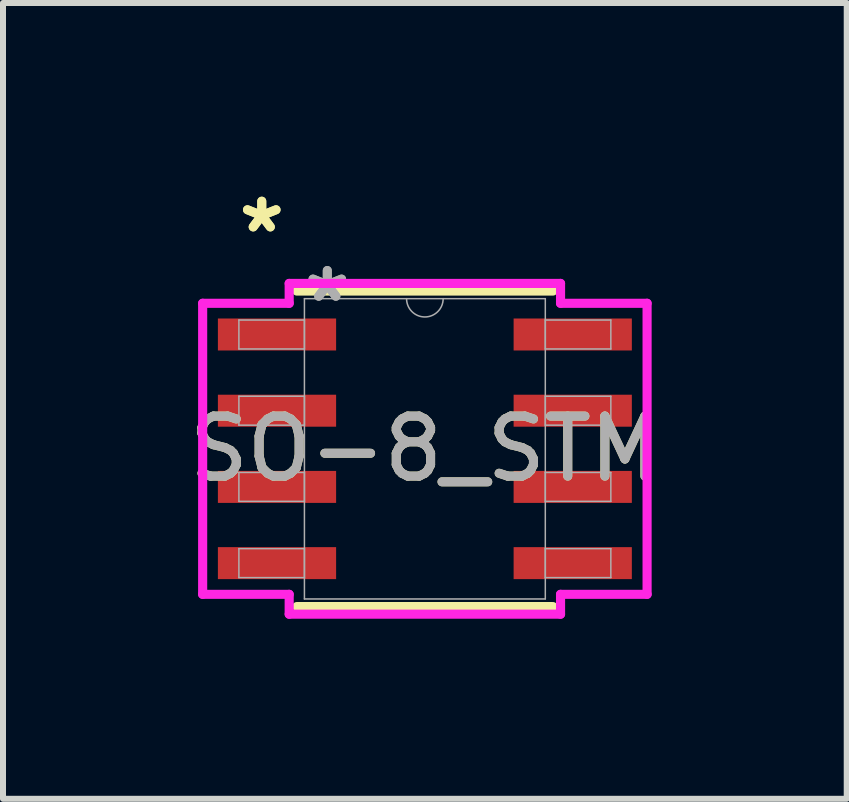
<source format=kicad_pcb>
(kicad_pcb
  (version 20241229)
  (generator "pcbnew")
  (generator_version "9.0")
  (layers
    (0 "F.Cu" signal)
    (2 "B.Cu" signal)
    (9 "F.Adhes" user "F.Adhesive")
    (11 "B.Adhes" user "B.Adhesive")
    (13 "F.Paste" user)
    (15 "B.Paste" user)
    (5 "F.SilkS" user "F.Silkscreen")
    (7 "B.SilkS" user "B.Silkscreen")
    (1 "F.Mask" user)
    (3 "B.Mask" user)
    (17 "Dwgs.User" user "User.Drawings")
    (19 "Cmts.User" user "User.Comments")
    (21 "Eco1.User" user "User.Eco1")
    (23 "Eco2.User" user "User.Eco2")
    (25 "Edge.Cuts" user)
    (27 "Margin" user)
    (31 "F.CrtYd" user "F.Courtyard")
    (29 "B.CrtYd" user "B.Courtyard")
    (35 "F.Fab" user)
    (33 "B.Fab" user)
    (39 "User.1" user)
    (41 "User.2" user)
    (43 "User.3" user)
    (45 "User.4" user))
  (footprint "SO-8_STM"
    (layer "F.Cu")
    (at 4.03 4.429)
    (property "Reference" "SO-8_STM" (at 0 0 0) (unlocked yes) (layer "F.SilkS") (effects (font (size 1 1) (thickness 0.15))))
    (attr smd)
    (fp_line (start -2.134 2.629) (end 2.134 2.629) (stroke (width 0.152) (type solid)) (layer "F.SilkS"))
    (fp_line (start 2.134 -2.629) (end -2.134 -2.629) (stroke (width 0.152) (type solid)) (layer "F.SilkS"))
    (fp_line (start -3.703 -2.425) (end -2.261 -2.425) (stroke (width 0.152) (type solid)) (layer "F.CrtYd"))
    (fp_line (start -3.703 2.425) (end -3.703 -2.425) (stroke (width 0.152) (type solid)) (layer "F.CrtYd"))
    (fp_line (start -3.703 2.425) (end -2.261 2.425) (stroke (width 0.152) (type solid)) (layer "F.CrtYd"))
    (fp_line (start -2.261 -2.756) (end 2.261 -2.756) (stroke (width 0.152) (type solid)) (layer "F.CrtYd"))
    (fp_line (start -2.261 -2.425) (end -2.261 -2.756) (stroke (width 0.152) (type solid)) (layer "F.CrtYd"))
    (fp_line (start -2.261 2.756) (end -2.261 2.425) (stroke (width 0.152) (type solid)) (layer "F.CrtYd"))
    (fp_line (start 2.261 -2.756) (end 2.261 -2.425) (stroke (width 0.152) (type solid)) (layer "F.CrtYd"))
    (fp_line (start 2.261 2.425) (end 2.261 2.756) (stroke (width 0.152) (type solid)) (layer "F.CrtYd"))
    (fp_line (start 2.261 2.756) (end -2.261 2.756) (stroke (width 0.152) (type solid)) (layer "F.CrtYd"))
    (fp_line (start 3.703 -2.425) (end 2.261 -2.425) (stroke (width 0.152) (type solid)) (layer "F.CrtYd"))
    (fp_line (start 3.703 -2.425) (end 3.703 2.425) (stroke (width 0.152) (type solid)) (layer "F.CrtYd"))
    (fp_line (start 3.703 2.425) (end 2.261 2.425) (stroke (width 0.152) (type solid)) (layer "F.CrtYd"))
    (fp_line (start -3.099 -2.146) (end -3.099 -1.664) (stroke (width 0.025) (type solid)) (layer "F.Fab"))
    (fp_line (start -3.099 -1.664) (end -2.007 -1.664) (stroke (width 0.025) (type solid)) (layer "F.Fab"))
    (fp_line (start -3.099 -0.876) (end -3.099 -0.394) (stroke (width 0.025) (type solid)) (layer "F.Fab"))
    (fp_line (start -3.099 -0.394) (end -2.007 -0.394) (stroke (width 0.025) (type solid)) (layer "F.Fab"))
    (fp_line (start -3.099 0.394) (end -3.099 0.876) (stroke (width 0.025) (type solid)) (layer "F.Fab"))
    (fp_line (start -3.099 0.876) (end -2.007 0.876) (stroke (width 0.025) (type solid)) (layer "F.Fab"))
    (fp_line (start -3.099 1.664) (end -3.099 2.146) (stroke (width 0.025) (type solid)) (layer "F.Fab"))
    (fp_line (start -3.099 2.146) (end -2.007 2.146) (stroke (width 0.025) (type solid)) (layer "F.Fab"))
    (fp_line (start -2.007 -2.502) (end -2.007 2.502) (stroke (width 0.025) (type solid)) (layer "F.Fab"))
    (fp_line (start -2.007 -2.146) (end -3.099 -2.146) (stroke (width 0.025) (type solid)) (layer "F.Fab"))
    (fp_line (start -2.007 -1.664) (end -2.007 -2.146) (stroke (width 0.025) (type solid)) (layer "F.Fab"))
    (fp_line (start -2.007 -0.876) (end -3.099 -0.876) (stroke (width 0.025) (type solid)) (layer "F.Fab"))
    (fp_line (start -2.007 -0.394) (end -2.007 -0.876) (stroke (width 0.025) (type solid)) (layer "F.Fab"))
    (fp_line (start -2.007 0.394) (end -3.099 0.394) (stroke (width 0.025) (type solid)) (layer "F.Fab"))
    (fp_line (start -2.007 0.876) (end -2.007 0.394) (stroke (width 0.025) (type solid)) (layer "F.Fab"))
    (fp_line (start -2.007 1.664) (end -3.099 1.664) (stroke (width 0.025) (type solid)) (layer "F.Fab"))
    (fp_line (start -2.007 2.146) (end -2.007 1.664) (stroke (width 0.025) (type solid)) (layer "F.Fab"))
    (fp_line (start -2.007 2.502) (end 2.007 2.502) (stroke (width 0.025) (type solid)) (layer "F.Fab"))
    (fp_line (start 2.007 -2.502) (end -2.007 -2.502) (stroke (width 0.025) (type solid)) (layer "F.Fab"))
    (fp_line (start 2.007 -2.146) (end 2.007 -1.664) (stroke (width 0.025) (type solid)) (layer "F.Fab"))
    (fp_line (start 2.007 -1.664) (end 3.099 -1.664) (stroke (width 0.025) (type solid)) (layer "F.Fab"))
    (fp_line (start 2.007 -0.876) (end 2.007 -0.394) (stroke (width 0.025) (type solid)) (layer "F.Fab"))
    (fp_line (start 2.007 -0.394) (end 3.099 -0.394) (stroke (width 0.025) (type solid)) (layer "F.Fab"))
    (fp_line (start 2.007 0.394) (end 2.007 0.876) (stroke (width 0.025) (type solid)) (layer "F.Fab"))
    (fp_line (start 2.007 0.876) (end 3.099 0.876) (stroke (width 0.025) (type solid)) (layer "F.Fab"))
    (fp_line (start 2.007 1.664) (end 2.007 2.146) (stroke (width 0.025) (type solid)) (layer "F.Fab"))
    (fp_line (start 2.007 2.146) (end 3.099 2.146) (stroke (width 0.025) (type solid)) (layer "F.Fab"))
    (fp_line (start 2.007 2.502) (end 2.007 -2.502) (stroke (width 0.025) (type solid)) (layer "F.Fab"))
    (fp_line (start 3.099 -2.146) (end 2.007 -2.146) (stroke (width 0.025) (type solid)) (layer "F.Fab"))
    (fp_line (start 3.099 -1.664) (end 3.099 -2.146) (stroke (width 0.025) (type solid)) (layer "F.Fab"))
    (fp_line (start 3.099 -0.876) (end 2.007 -0.876) (stroke (width 0.025) (type solid)) (layer "F.Fab"))
    (fp_line (start 3.099 -0.394) (end 3.099 -0.876) (stroke (width 0.025) (type solid)) (layer "F.Fab"))
    (fp_line (start 3.099 0.394) (end 2.007 0.394) (stroke (width 0.025) (type solid)) (layer "F.Fab"))
    (fp_line (start 3.099 0.876) (end 3.099 0.394) (stroke (width 0.025) (type solid)) (layer "F.Fab"))
    (fp_line (start 3.099 1.664) (end 2.007 1.664) (stroke (width 0.025) (type solid)) (layer "F.Fab"))
    (fp_line (start 3.099 2.146) (end 3.099 1.664) (stroke (width 0.025) (type solid)) (layer "F.Fab"))
    (fp_arc (start 0.3048 -2.5019) (mid 0 -2.1971) (end -0.3048 -2.5019) (stroke (width 0.0254) (type solid)) (layer "F.Fab"))
    (fp_text user "*" (at -2.718 -3.581 0) (layer "F.SilkS") (effects (font (size 1 1) (thickness 0.15))))
    (fp_text user "*" (at -2.718 -3.581 0) (unlocked yes) (layer "F.SilkS") (effects (font (size 1 1) (thickness 0.15))))
    (fp_text user "*" (at -1.626 -2.426 0) (unlocked yes) (layer "F.Fab") (effects (font (size 1 1) (thickness 0.15))))
    (fp_text user "${REFERENCE}" (at 0 0 0) (unlocked yes) (layer "F.Fab") (effects (font (size 1 1) (thickness 0.15))))
    (fp_text user "*" (at -1.626 -2.426 0) (layer "F.Fab") (effects (font (size 1 1) (thickness 0.15))))
    (pad "1" smd rect (at -2.464 -1.905) (size 1.97 0.533) (layers "F.Cu" "F.Mask" "F.Paste"))
    (pad "2" smd rect (at -2.464 -0.635) (size 1.97 0.533) (layers "F.Cu" "F.Mask" "F.Paste"))
    (pad "3" smd rect (at -2.464 0.635) (size 1.97 0.533) (layers "F.Cu" "F.Mask" "F.Paste"))
    (pad "4" smd rect (at -2.464 1.905) (size 1.97 0.533) (layers "F.Cu" "F.Mask" "F.Paste"))
    (pad "5" smd rect (at 2.464 1.905) (size 1.97 0.533) (layers "F.Cu" "F.Mask" "F.Paste"))
    (pad "6" smd rect (at 2.464 0.635) (size 1.97 0.533) (layers "F.Cu" "F.Mask" "F.Paste"))
    (pad "7" smd rect (at 2.464 -0.635) (size 1.97 0.533) (layers "F.Cu" "F.Mask" "F.Paste"))
    (pad "8" smd rect (at 2.464 -1.905) (size 1.97 0.533) (layers "F.Cu" "F.Mask" "F.Paste")))
  (gr_rect
    (start -3 -3)
    (end 11.06 10.261)
    (stroke (width 0.1) (type default))
    (fill no)
    (layer "Edge.Cuts")))
</source>
